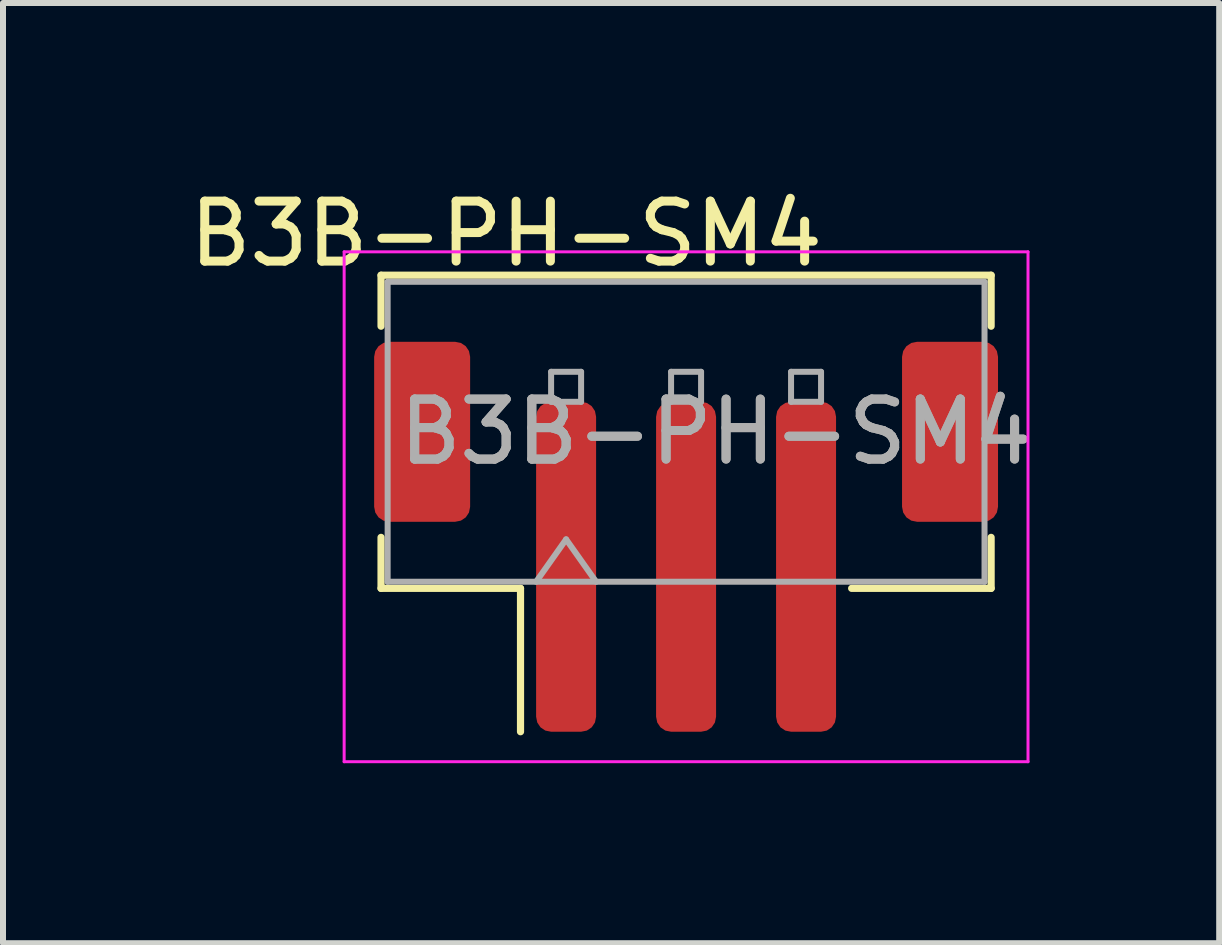
<source format=kicad_pcb>
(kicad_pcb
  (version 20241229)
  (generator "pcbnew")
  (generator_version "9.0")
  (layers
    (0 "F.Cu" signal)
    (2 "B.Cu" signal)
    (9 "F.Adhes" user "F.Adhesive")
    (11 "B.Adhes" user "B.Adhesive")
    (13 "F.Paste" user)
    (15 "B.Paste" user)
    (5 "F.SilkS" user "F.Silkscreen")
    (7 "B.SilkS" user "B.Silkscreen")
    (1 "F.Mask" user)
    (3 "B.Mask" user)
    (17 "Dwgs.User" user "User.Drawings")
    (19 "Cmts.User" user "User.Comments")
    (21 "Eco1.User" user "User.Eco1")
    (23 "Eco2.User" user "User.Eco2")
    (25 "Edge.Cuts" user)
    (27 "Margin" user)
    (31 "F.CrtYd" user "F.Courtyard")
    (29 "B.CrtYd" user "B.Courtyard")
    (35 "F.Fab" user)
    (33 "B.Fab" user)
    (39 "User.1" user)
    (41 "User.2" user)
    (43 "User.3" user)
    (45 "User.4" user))
  (footprint "B3B-PH-SM4"
    (layer "F.Cu")
    (at 8.387 4.148)
    (property "Reference" "B3B-PH-SM4" (at -3 -3.3 0) (unlocked yes) (layer "F.SilkS") (effects (font (size 1 1) (thickness 0.15))))
    (attr smd)
    (fp_line (start -5.085 -2.61) (end 5.085 -2.61) (stroke (width 0.12) (type solid)) (layer "F.SilkS"))
    (fp_line (start -5.085 -1.76) (end -5.085 -2.61) (stroke (width 0.12) (type solid)) (layer "F.SilkS"))
    (fp_line (start -5.085 1.76) (end -5.085 2.61) (stroke (width 0.12) (type solid)) (layer "F.SilkS"))
    (fp_line (start -5.085 2.61) (end -2.76 2.61) (stroke (width 0.12) (type solid)) (layer "F.SilkS"))
    (fp_line (start -2.76 2.61) (end -2.76 5) (stroke (width 0.12) (type solid)) (layer "F.SilkS"))
    (fp_line (start 5.085 -2.61) (end 5.085 -1.76) (stroke (width 0.12) (type solid)) (layer "F.SilkS"))
    (fp_line (start 5.085 1.76) (end 5.085 2.61) (stroke (width 0.12) (type solid)) (layer "F.SilkS"))
    (fp_line (start 5.085 2.61) (end 2.76 2.61) (stroke (width 0.12) (type solid)) (layer "F.SilkS"))
    (fp_line (start -5.7 -3) (end -5.7 5.5) (stroke (width 0.05) (type solid)) (layer "F.CrtYd"))
    (fp_line (start -5.7 5.5) (end 5.7 5.5) (stroke (width 0.05) (type solid)) (layer "F.CrtYd"))
    (fp_line (start 5.7 -3) (end -5.7 -3) (stroke (width 0.05) (type solid)) (layer "F.CrtYd"))
    (fp_line (start 5.7 5.5) (end 5.7 -3) (stroke (width 0.05) (type solid)) (layer "F.CrtYd"))
    (fp_line (start -4.975 -2.5) (end 4.975 -2.5) (stroke (width 0.1) (type solid)) (layer "F.Fab"))
    (fp_line (start -4.975 2.5) (end -4.975 -2.5) (stroke (width 0.1) (type solid)) (layer "F.Fab"))
    (fp_line (start -4.975 2.5) (end 4.975 2.5) (stroke (width 0.1) (type solid)) (layer "F.Fab"))
    (fp_line (start -2.5 2.5) (end -2 1.793) (stroke (width 0.1) (type solid)) (layer "F.Fab"))
    (fp_line (start -2.25 -1) (end -2.25 -0.5) (stroke (width 0.1) (type solid)) (layer "F.Fab"))
    (fp_line (start -2.25 -0.5) (end -1.75 -0.5) (stroke (width 0.1) (type solid)) (layer "F.Fab"))
    (fp_line (start -2 1.793) (end -1.5 2.5) (stroke (width 0.1) (type solid)) (layer "F.Fab"))
    (fp_line (start -1.75 -1) (end -2.25 -1) (stroke (width 0.1) (type solid)) (layer "F.Fab"))
    (fp_line (start -1.75 -0.5) (end -1.75 -1) (stroke (width 0.1) (type solid)) (layer "F.Fab"))
    (fp_line (start -0.25 -1) (end -0.25 -0.5) (stroke (width 0.1) (type solid)) (layer "F.Fab"))
    (fp_line (start -0.25 -0.5) (end 0.25 -0.5) (stroke (width 0.1) (type solid)) (layer "F.Fab"))
    (fp_line (start 0.25 -1) (end -0.25 -1) (stroke (width 0.1) (type solid)) (layer "F.Fab"))
    (fp_line (start 0.25 -0.5) (end 0.25 -1) (stroke (width 0.1) (type solid)) (layer "F.Fab"))
    (fp_line (start 1.75 -1) (end 1.75 -0.5) (stroke (width 0.1) (type solid)) (layer "F.Fab"))
    (fp_line (start 1.75 -0.5) (end 2.25 -0.5) (stroke (width 0.1) (type solid)) (layer "F.Fab"))
    (fp_line (start 2.25 -1) (end 1.75 -1) (stroke (width 0.1) (type solid)) (layer "F.Fab"))
    (fp_line (start 2.25 -0.5) (end 2.25 -1) (stroke (width 0.1) (type solid)) (layer "F.Fab"))
    (fp_line (start 4.975 2.5) (end 4.975 -2.5) (stroke (width 0.1) (type solid)) (layer "F.Fab"))
    (fp_text user "${REFERENCE}" (at 0.5 0 0) (layer "F.Fab") (effects (font (size 1 1) (thickness 0.15))))
    (fp_text user "${REFERENCE}" (at 0.5 0 0) (unlocked yes) (layer "F.Fab") (effects (font (size 1 1) (thickness 0.15))))
    (pad "1" smd roundrect (at -2 2.25) (size 1 5.5) (layers "F.Cu" "F.Mask" "F.Paste") (roundrect_rratio 0.25))
    (pad "2" smd roundrect (at 0 2.25) (size 1 5.5) (layers "F.Cu" "F.Mask" "F.Paste") (roundrect_rratio 0.25))
    (pad "3" smd roundrect (at 2 2.25) (size 1 5.5) (layers "F.Cu" "F.Mask" "F.Paste") (roundrect_rratio 0.25))
    (pad "MP" smd roundrect (at -4.4 0) (size 1.6 3) (layers "F.Cu" "F.Mask" "F.Paste") (roundrect_rratio 0.156))
    (pad "MP" smd roundrect (at 4.4 0) (size 1.6 3) (layers "F.Cu" "F.Mask" "F.Paste") (roundrect_rratio 0.156)))
  (gr_rect
    (start -3 -3)
    (end 17.274 12.673)
    (stroke (width 0.1) (type default))
    (fill no)
    (layer "Edge.Cuts")))
</source>
